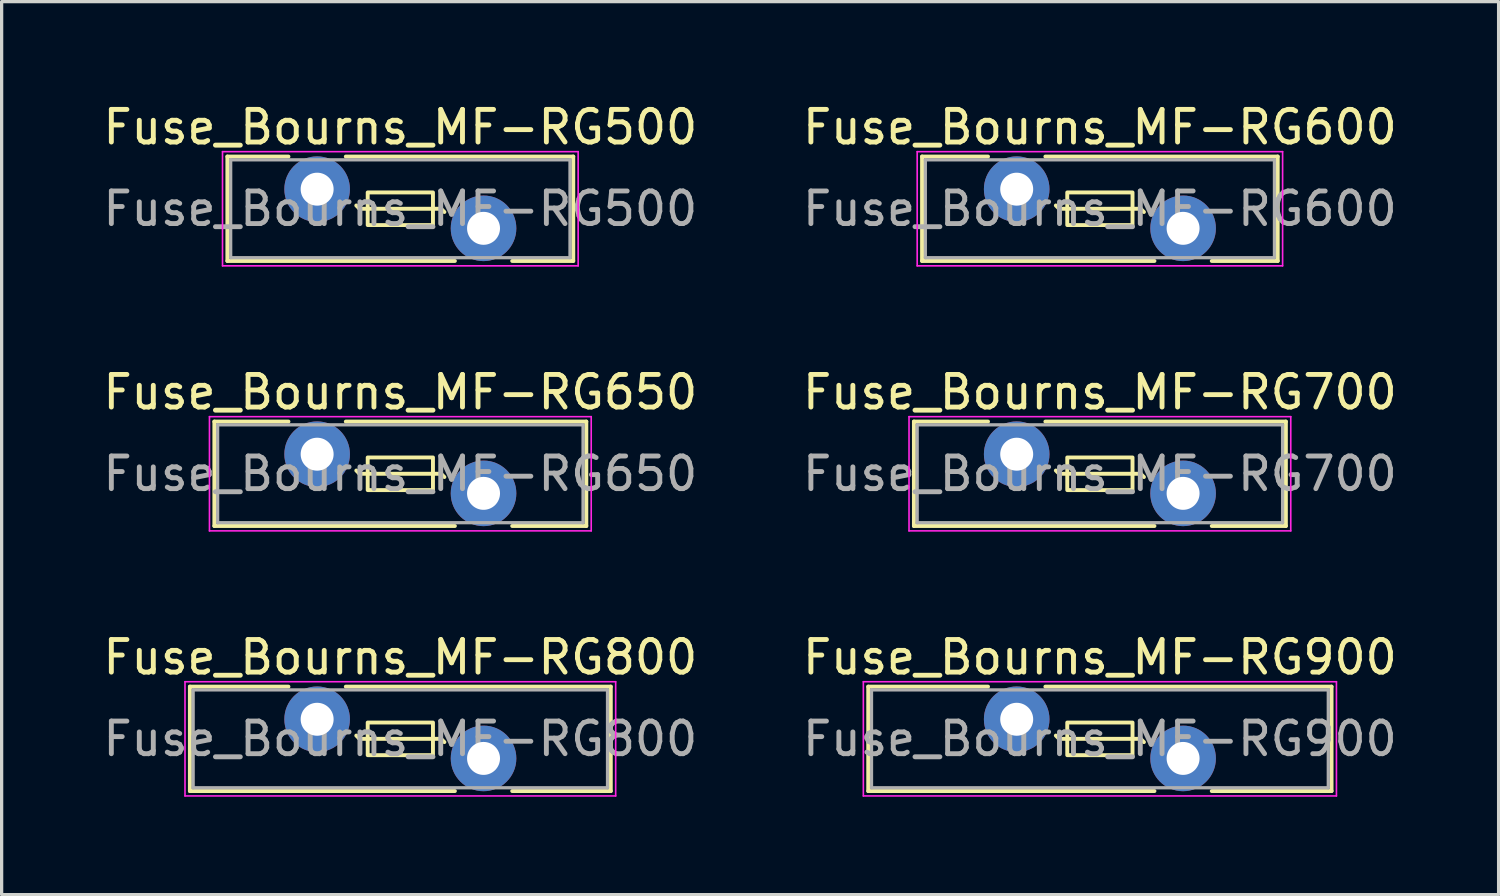
<source format=kicad_pcb>
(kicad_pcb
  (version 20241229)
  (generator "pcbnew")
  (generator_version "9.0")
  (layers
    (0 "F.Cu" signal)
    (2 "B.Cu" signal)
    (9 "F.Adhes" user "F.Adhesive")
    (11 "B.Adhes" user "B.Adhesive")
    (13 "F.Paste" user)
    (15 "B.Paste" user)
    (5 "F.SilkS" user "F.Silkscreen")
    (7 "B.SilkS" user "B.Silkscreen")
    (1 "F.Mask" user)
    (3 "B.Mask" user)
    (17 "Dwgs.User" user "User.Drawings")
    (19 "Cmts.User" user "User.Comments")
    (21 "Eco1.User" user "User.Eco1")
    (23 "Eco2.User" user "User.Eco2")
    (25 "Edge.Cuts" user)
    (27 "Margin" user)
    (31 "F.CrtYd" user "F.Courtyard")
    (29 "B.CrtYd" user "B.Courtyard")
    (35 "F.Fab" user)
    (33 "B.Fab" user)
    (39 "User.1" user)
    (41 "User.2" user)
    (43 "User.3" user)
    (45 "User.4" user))
  (footprint "Fuse_Bourns_MF-RG800"
    (layer "F.Cu")
    (at 6.67 18.995)
    (property "Reference" "Fuse_Bourns_MF-RG800" (at 2.55 -1.9 0) (layer "F.SilkS") (effects (font (size 1 1) (thickness 0.15))))
    (fp_line (start -3.9 -1) (end -3.9 2.2) (stroke (width 0.12) (type solid)) (layer "F.SilkS"))
    (fp_line (start -3.9 -1) (end -0.879 -1) (stroke (width 0.12) (type solid)) (layer "F.SilkS"))
    (fp_line (start -3.9 2.2) (end 4.222 2.2) (stroke (width 0.12) (type solid)) (layer "F.SilkS"))
    (fp_line (start 0.879 -1) (end 9 -1) (stroke (width 0.12) (type solid)) (layer "F.SilkS"))
    (fp_line (start 1.3 0.6) (end 1.2 0.5) (stroke (width 0.12) (type solid)) (layer "F.SilkS"))
    (fp_line (start 3.8 0.6) (end 1.3 0.6) (stroke (width 0.12) (type solid)) (layer "F.SilkS"))
    (fp_line (start 3.8 0.6) (end 3.9 0.7) (stroke (width 0.12) (type solid)) (layer "F.SilkS"))
    (fp_line (start 5.979 2.2) (end 9 2.2) (stroke (width 0.12) (type solid)) (layer "F.SilkS"))
    (fp_line (start 9 -1) (end 9 2.2) (stroke (width 0.12) (type solid)) (layer "F.SilkS"))
    (fp_rect (start 1.55 0.1) (end 3.55 1.1) (stroke (width 0.12) (type solid)) (fill no) (layer "F.SilkS"))
    (fp_line (start -4.05 -1.15) (end -4.05 2.35) (stroke (width 0.05) (type solid)) (layer "F.CrtYd"))
    (fp_line (start -4.05 2.35) (end 9.15 2.35) (stroke (width 0.05) (type solid)) (layer "F.CrtYd"))
    (fp_line (start 9.15 -1.15) (end -4.05 -1.15) (stroke (width 0.05) (type solid)) (layer "F.CrtYd"))
    (fp_line (start 9.15 2.35) (end 9.15 -1.15) (stroke (width 0.05) (type solid)) (layer "F.CrtYd"))
    (fp_line (start -3.8 -0.9) (end -3.8 2.1) (stroke (width 0.1) (type solid)) (layer "F.Fab"))
    (fp_line (start -3.8 2.1) (end 8.9 2.1) (stroke (width 0.1) (type solid)) (layer "F.Fab"))
    (fp_line (start 8.9 -0.9) (end -3.8 -0.9) (stroke (width 0.1) (type solid)) (layer "F.Fab"))
    (fp_line (start 8.9 2.1) (end 8.9 -0.9) (stroke (width 0.1) (type solid)) (layer "F.Fab"))
    (fp_text user "${REFERENCE}" (at 2.55 0.6 0) (layer "F.Fab") (effects (font (size 1 1) (thickness 0.15))))
    (pad "1" thru_hole circle (at 0 0) (size 2.01 2.01) (drill 1.01) (layers "*.Cu" "*.Mask"))
    (pad "2" thru_hole circle (at 5.1 1.2) (size 2.01 2.01) (drill 1.01) (layers "*.Cu" "*.Mask")))
  (footprint "Fuse_Bourns_MF-RG900"
    (layer "F.Cu")
    (at 28.111 18.995)
    (property "Reference" "Fuse_Bourns_MF-RG900" (at 2.55 -1.9 0) (layer "F.SilkS") (effects (font (size 1 1) (thickness 0.15))))
    (fp_line (start -4.55 -1) (end -4.55 2.2) (stroke (width 0.12) (type solid)) (layer "F.SilkS"))
    (fp_line (start -4.55 -1) (end -0.879 -1) (stroke (width 0.12) (type solid)) (layer "F.SilkS"))
    (fp_line (start -4.55 2.2) (end 4.222 2.2) (stroke (width 0.12) (type solid)) (layer "F.SilkS"))
    (fp_line (start 0.879 -1) (end 9.65 -1) (stroke (width 0.12) (type solid)) (layer "F.SilkS"))
    (fp_line (start 1.3 0.6) (end 1.2 0.5) (stroke (width 0.12) (type solid)) (layer "F.SilkS"))
    (fp_line (start 3.8 0.6) (end 1.3 0.6) (stroke (width 0.12) (type solid)) (layer "F.SilkS"))
    (fp_line (start 3.8 0.6) (end 3.9 0.7) (stroke (width 0.12) (type solid)) (layer "F.SilkS"))
    (fp_line (start 5.979 2.2) (end 9.65 2.2) (stroke (width 0.12) (type solid)) (layer "F.SilkS"))
    (fp_line (start 9.65 -1) (end 9.65 2.2) (stroke (width 0.12) (type solid)) (layer "F.SilkS"))
    (fp_rect (start 1.55 0.1) (end 3.55 1.1) (stroke (width 0.12) (type solid)) (fill no) (layer "F.SilkS"))
    (fp_line (start -4.7 -1.15) (end -4.7 2.35) (stroke (width 0.05) (type solid)) (layer "F.CrtYd"))
    (fp_line (start -4.7 2.35) (end 9.8 2.35) (stroke (width 0.05) (type solid)) (layer "F.CrtYd"))
    (fp_line (start 9.8 -1.15) (end -4.7 -1.15) (stroke (width 0.05) (type solid)) (layer "F.CrtYd"))
    (fp_line (start 9.8 2.35) (end 9.8 -1.15) (stroke (width 0.05) (type solid)) (layer "F.CrtYd"))
    (fp_line (start -4.45 -0.9) (end -4.45 2.1) (stroke (width 0.1) (type solid)) (layer "F.Fab"))
    (fp_line (start -4.45 2.1) (end 9.55 2.1) (stroke (width 0.1) (type solid)) (layer "F.Fab"))
    (fp_line (start 9.55 -0.9) (end -4.45 -0.9) (stroke (width 0.1) (type solid)) (layer "F.Fab"))
    (fp_line (start 9.55 2.1) (end 9.55 -0.9) (stroke (width 0.1) (type solid)) (layer "F.Fab"))
    (fp_text user "${REFERENCE}" (at 2.55 0.6 0) (layer "F.Fab") (effects (font (size 1 1) (thickness 0.15))))
    (pad "1" thru_hole circle (at 0 0) (size 2.01 2.01) (drill 1.01) (layers "*.Cu" "*.Mask"))
    (pad "2" thru_hole circle (at 5.1 1.2) (size 2.01 2.01) (drill 1.01) (layers "*.Cu" "*.Mask")))
  (footprint "Fuse_Bourns_MF-RG700"
    (layer "F.Cu")
    (at 28.111 10.871)
    (property "Reference" "Fuse_Bourns_MF-RG700" (at 2.55 -1.9 0) (layer "F.SilkS") (effects (font (size 1 1) (thickness 0.15))))
    (fp_line (start -3.15 -1) (end -3.15 2.2) (stroke (width 0.12) (type solid)) (layer "F.SilkS"))
    (fp_line (start -3.15 -1) (end -0.879 -1) (stroke (width 0.12) (type solid)) (layer "F.SilkS"))
    (fp_line (start -3.15 2.2) (end 4.222 2.2) (stroke (width 0.12) (type solid)) (layer "F.SilkS"))
    (fp_line (start 0.879 -1) (end 8.25 -1) (stroke (width 0.12) (type solid)) (layer "F.SilkS"))
    (fp_line (start 1.3 0.6) (end 1.2 0.5) (stroke (width 0.12) (type solid)) (layer "F.SilkS"))
    (fp_line (start 3.8 0.6) (end 1.3 0.6) (stroke (width 0.12) (type solid)) (layer "F.SilkS"))
    (fp_line (start 3.8 0.6) (end 3.9 0.7) (stroke (width 0.12) (type solid)) (layer "F.SilkS"))
    (fp_line (start 5.979 2.2) (end 8.25 2.2) (stroke (width 0.12) (type solid)) (layer "F.SilkS"))
    (fp_line (start 8.25 -1) (end 8.25 2.2) (stroke (width 0.12) (type solid)) (layer "F.SilkS"))
    (fp_rect (start 1.55 0.1) (end 3.55 1.1) (stroke (width 0.12) (type solid)) (fill no) (layer "F.SilkS"))
    (fp_line (start -3.3 -1.15) (end -3.3 2.35) (stroke (width 0.05) (type solid)) (layer "F.CrtYd"))
    (fp_line (start -3.3 2.35) (end 8.4 2.35) (stroke (width 0.05) (type solid)) (layer "F.CrtYd"))
    (fp_line (start 8.4 -1.15) (end -3.3 -1.15) (stroke (width 0.05) (type solid)) (layer "F.CrtYd"))
    (fp_line (start 8.4 2.35) (end 8.4 -1.15) (stroke (width 0.05) (type solid)) (layer "F.CrtYd"))
    (fp_line (start -3.05 -0.9) (end -3.05 2.1) (stroke (width 0.1) (type solid)) (layer "F.Fab"))
    (fp_line (start -3.05 2.1) (end 8.15 2.1) (stroke (width 0.1) (type solid)) (layer "F.Fab"))
    (fp_line (start 8.15 -0.9) (end -3.05 -0.9) (stroke (width 0.1) (type solid)) (layer "F.Fab"))
    (fp_line (start 8.15 2.1) (end 8.15 -0.9) (stroke (width 0.1) (type solid)) (layer "F.Fab"))
    (fp_text user "${REFERENCE}" (at 2.55 0.6 0) (layer "F.Fab") (effects (font (size 1 1) (thickness 0.15))))
    (pad "1" thru_hole circle (at 0 0) (size 2.01 2.01) (drill 1.01) (layers "*.Cu" "*.Mask"))
    (pad "2" thru_hole circle (at 5.1 1.2) (size 2.01 2.01) (drill 1.01) (layers "*.Cu" "*.Mask")))
  (footprint "Fuse_Bourns_MF-RG500"
    (layer "F.Cu")
    (at 6.67 2.748)
    (property "Reference" "Fuse_Bourns_MF-RG500" (at 2.55 -1.9 0) (layer "F.SilkS") (effects (font (size 1 1) (thickness 0.15))))
    (fp_line (start -2.751 -1) (end -2.751 2.2) (stroke (width 0.12) (type solid)) (layer "F.SilkS"))
    (fp_line (start -2.751 -1) (end -0.879 -1) (stroke (width 0.12) (type solid)) (layer "F.SilkS"))
    (fp_line (start -2.751 2.2) (end 4.222 2.2) (stroke (width 0.12) (type solid)) (layer "F.SilkS"))
    (fp_line (start 0.879 -1) (end 7.85 -1) (stroke (width 0.12) (type solid)) (layer "F.SilkS"))
    (fp_line (start 1.3 0.6) (end 1.2 0.5) (stroke (width 0.12) (type solid)) (layer "F.SilkS"))
    (fp_line (start 3.8 0.6) (end 1.3 0.6) (stroke (width 0.12) (type solid)) (layer "F.SilkS"))
    (fp_line (start 3.8 0.6) (end 3.9 0.7) (stroke (width 0.12) (type solid)) (layer "F.SilkS"))
    (fp_line (start 5.979 2.2) (end 7.85 2.2) (stroke (width 0.12) (type solid)) (layer "F.SilkS"))
    (fp_line (start 7.85 -1) (end 7.85 2.2) (stroke (width 0.12) (type solid)) (layer "F.SilkS"))
    (fp_rect (start 1.55 0.1) (end 3.55 1.1) (stroke (width 0.12) (type solid)) (fill no) (layer "F.SilkS"))
    (fp_line (start -2.9 -1.15) (end -2.9 2.35) (stroke (width 0.05) (type solid)) (layer "F.CrtYd"))
    (fp_line (start -2.9 2.35) (end 8 2.35) (stroke (width 0.05) (type solid)) (layer "F.CrtYd"))
    (fp_line (start 8 -1.15) (end -2.9 -1.15) (stroke (width 0.05) (type solid)) (layer "F.CrtYd"))
    (fp_line (start 8 2.35) (end 8 -1.15) (stroke (width 0.05) (type solid)) (layer "F.CrtYd"))
    (fp_line (start -2.65 -0.9) (end -2.65 2.1) (stroke (width 0.1) (type solid)) (layer "F.Fab"))
    (fp_line (start -2.65 2.1) (end 7.75 2.1) (stroke (width 0.1) (type solid)) (layer "F.Fab"))
    (fp_line (start 7.75 -0.9) (end -2.65 -0.9) (stroke (width 0.1) (type solid)) (layer "F.Fab"))
    (fp_line (start 7.75 2.1) (end 7.75 -0.9) (stroke (width 0.1) (type solid)) (layer "F.Fab"))
    (fp_text user "${REFERENCE}" (at 2.55 0.6 0) (layer "F.Fab") (effects (font (size 1 1) (thickness 0.15))))
    (pad "1" thru_hole circle (at 0 0) (size 2.01 2.01) (drill 1.01) (layers "*.Cu" "*.Mask"))
    (pad "2" thru_hole circle (at 5.1 1.2) (size 2.01 2.01) (drill 1.01) (layers "*.Cu" "*.Mask")))
  (footprint "Fuse_Bourns_MF-RG650"
    (layer "F.Cu")
    (at 6.67 10.871)
    (property "Reference" "Fuse_Bourns_MF-RG650" (at 2.55 -1.9 0) (layer "F.SilkS") (effects (font (size 1 1) (thickness 0.15))))
    (fp_line (start -3.15 -1) (end -3.15 2.2) (stroke (width 0.12) (type solid)) (layer "F.SilkS"))
    (fp_line (start -3.15 -1) (end -0.879 -1) (stroke (width 0.12) (type solid)) (layer "F.SilkS"))
    (fp_line (start -3.15 2.2) (end 4.222 2.2) (stroke (width 0.12) (type solid)) (layer "F.SilkS"))
    (fp_line (start 0.879 -1) (end 8.25 -1) (stroke (width 0.12) (type solid)) (layer "F.SilkS"))
    (fp_line (start 1.3 0.6) (end 1.2 0.5) (stroke (width 0.12) (type solid)) (layer "F.SilkS"))
    (fp_line (start 3.8 0.6) (end 1.3 0.6) (stroke (width 0.12) (type solid)) (layer "F.SilkS"))
    (fp_line (start 3.8 0.6) (end 3.9 0.7) (stroke (width 0.12) (type solid)) (layer "F.SilkS"))
    (fp_line (start 5.979 2.2) (end 8.25 2.2) (stroke (width 0.12) (type solid)) (layer "F.SilkS"))
    (fp_line (start 8.25 -1) (end 8.25 2.2) (stroke (width 0.12) (type solid)) (layer "F.SilkS"))
    (fp_rect (start 1.55 0.1) (end 3.55 1.1) (stroke (width 0.12) (type solid)) (fill no) (layer "F.SilkS"))
    (fp_line (start -3.3 -1.15) (end -3.3 2.35) (stroke (width 0.05) (type solid)) (layer "F.CrtYd"))
    (fp_line (start -3.3 2.35) (end 8.4 2.35) (stroke (width 0.05) (type solid)) (layer "F.CrtYd"))
    (fp_line (start 8.4 -1.15) (end -3.3 -1.15) (stroke (width 0.05) (type solid)) (layer "F.CrtYd"))
    (fp_line (start 8.4 2.35) (end 8.4 -1.15) (stroke (width 0.05) (type solid)) (layer "F.CrtYd"))
    (fp_line (start -3.05 -0.9) (end -3.05 2.1) (stroke (width 0.1) (type solid)) (layer "F.Fab"))
    (fp_line (start -3.05 2.1) (end 8.15 2.1) (stroke (width 0.1) (type solid)) (layer "F.Fab"))
    (fp_line (start 8.15 -0.9) (end -3.05 -0.9) (stroke (width 0.1) (type solid)) (layer "F.Fab"))
    (fp_line (start 8.15 2.1) (end 8.15 -0.9) (stroke (width 0.1) (type solid)) (layer "F.Fab"))
    (fp_text user "${REFERENCE}" (at 2.55 0.6 0) (layer "F.Fab") (effects (font (size 1 1) (thickness 0.15))))
    (pad "1" thru_hole circle (at 0 0) (size 2.01 2.01) (drill 1.01) (layers "*.Cu" "*.Mask"))
    (pad "2" thru_hole circle (at 5.1 1.2) (size 2.01 2.01) (drill 1.01) (layers "*.Cu" "*.Mask")))
  (footprint "Fuse_Bourns_MF-RG600"
    (layer "F.Cu")
    (at 28.111 2.748)
    (property "Reference" "Fuse_Bourns_MF-RG600" (at 2.55 -1.9 0) (layer "F.SilkS") (effects (font (size 1 1) (thickness 0.15))))
    (fp_line (start -2.9 -1) (end -2.9 2.2) (stroke (width 0.12) (type solid)) (layer "F.SilkS"))
    (fp_line (start -2.9 -1) (end -0.879 -1) (stroke (width 0.12) (type solid)) (layer "F.SilkS"))
    (fp_line (start -2.9 2.2) (end 4.222 2.2) (stroke (width 0.12) (type solid)) (layer "F.SilkS"))
    (fp_line (start 0.879 -1) (end 8 -1) (stroke (width 0.12) (type solid)) (layer "F.SilkS"))
    (fp_line (start 1.3 0.6) (end 1.2 0.5) (stroke (width 0.12) (type solid)) (layer "F.SilkS"))
    (fp_line (start 3.8 0.6) (end 1.3 0.6) (stroke (width 0.12) (type solid)) (layer "F.SilkS"))
    (fp_line (start 3.8 0.6) (end 3.9 0.7) (stroke (width 0.12) (type solid)) (layer "F.SilkS"))
    (fp_line (start 5.979 2.2) (end 8 2.2) (stroke (width 0.12) (type solid)) (layer "F.SilkS"))
    (fp_line (start 8 -1) (end 8 2.2) (stroke (width 0.12) (type solid)) (layer "F.SilkS"))
    (fp_rect (start 1.55 0.1) (end 3.55 1.1) (stroke (width 0.12) (type solid)) (fill no) (layer "F.SilkS"))
    (fp_line (start -3.05 -1.15) (end -3.05 2.35) (stroke (width 0.05) (type solid)) (layer "F.CrtYd"))
    (fp_line (start -3.05 2.35) (end 8.15 2.35) (stroke (width 0.05) (type solid)) (layer "F.CrtYd"))
    (fp_line (start 8.15 -1.15) (end -3.05 -1.15) (stroke (width 0.05) (type solid)) (layer "F.CrtYd"))
    (fp_line (start 8.15 2.35) (end 8.15 -1.15) (stroke (width 0.05) (type solid)) (layer "F.CrtYd"))
    (fp_line (start -2.8 -0.9) (end -2.8 2.1) (stroke (width 0.1) (type solid)) (layer "F.Fab"))
    (fp_line (start -2.8 2.1) (end 7.9 2.1) (stroke (width 0.1) (type solid)) (layer "F.Fab"))
    (fp_line (start 7.9 -0.9) (end -2.8 -0.9) (stroke (width 0.1) (type solid)) (layer "F.Fab"))
    (fp_line (start 7.9 2.1) (end 7.9 -0.9) (stroke (width 0.1) (type solid)) (layer "F.Fab"))
    (fp_text user "${REFERENCE}" (at 2.55 0.6 0) (layer "F.Fab") (effects (font (size 1 1) (thickness 0.15))))
    (pad "1" thru_hole circle (at 0 0) (size 2.01 2.01) (drill 1.01) (layers "*.Cu" "*.Mask"))
    (pad "2" thru_hole circle (at 5.1 1.2) (size 2.01 2.01) (drill 1.01) (layers "*.Cu" "*.Mask")))
  (gr_rect
    (start -3 -3)
    (end 42.881 24.37)
    (stroke (width 0.1) (type default))
    (fill no)
    (layer "Edge.Cuts")))
</source>
